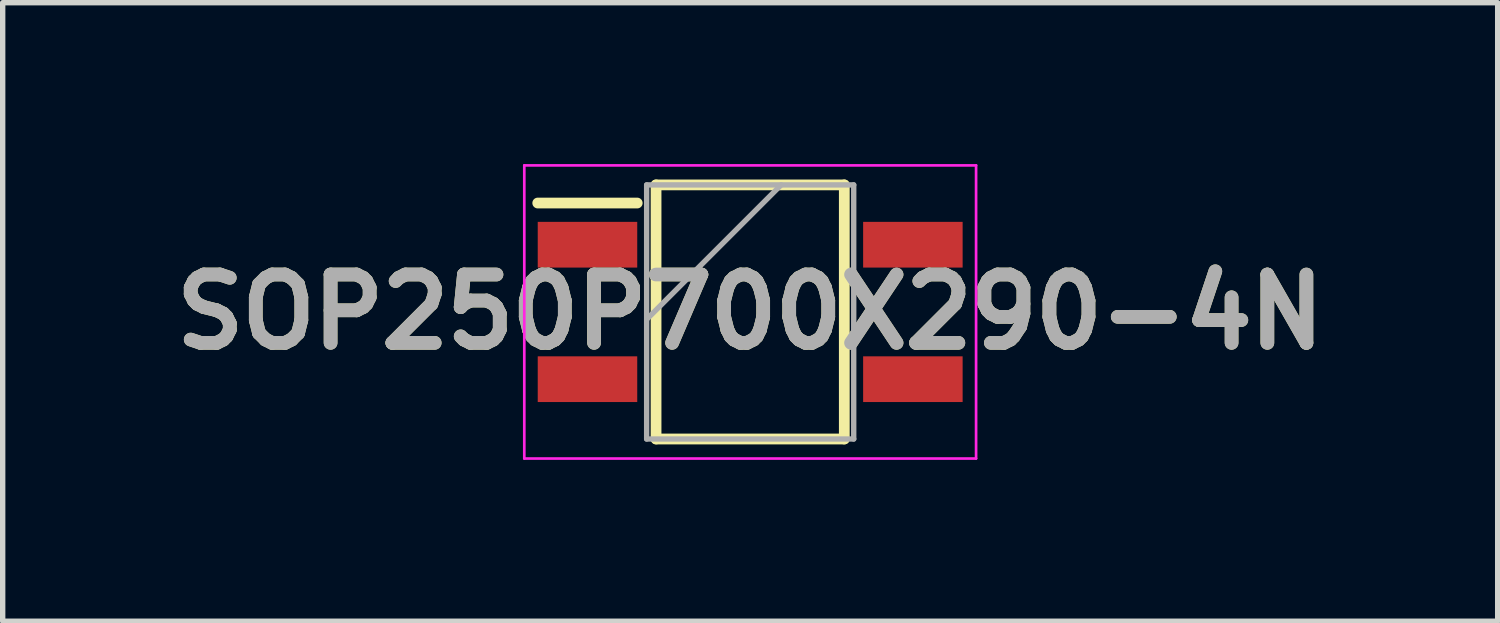
<source format=kicad_pcb>
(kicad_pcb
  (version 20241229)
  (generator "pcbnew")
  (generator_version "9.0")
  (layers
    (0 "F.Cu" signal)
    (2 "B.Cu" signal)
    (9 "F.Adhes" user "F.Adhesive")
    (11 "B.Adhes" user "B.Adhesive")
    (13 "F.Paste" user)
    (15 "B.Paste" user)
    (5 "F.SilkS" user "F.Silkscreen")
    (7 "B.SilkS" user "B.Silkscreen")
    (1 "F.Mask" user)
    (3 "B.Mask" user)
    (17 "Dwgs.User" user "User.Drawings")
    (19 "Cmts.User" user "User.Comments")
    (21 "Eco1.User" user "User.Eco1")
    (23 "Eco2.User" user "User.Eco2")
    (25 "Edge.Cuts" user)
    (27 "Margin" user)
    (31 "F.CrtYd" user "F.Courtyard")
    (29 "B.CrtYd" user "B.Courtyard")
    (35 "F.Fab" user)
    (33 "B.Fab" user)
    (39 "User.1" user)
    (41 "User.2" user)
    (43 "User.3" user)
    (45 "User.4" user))
  (footprint "SOP250P700X290-4N"
    (layer "F.Cu")
    (at 10.898 2.75)
    (property "Reference" "SOP250P700X290-4N" (at 0 0 0) (layer "F.SilkS") (effects (font (size 1.27 1.27) (thickness 0.254))))
    (attr smd)
    (fp_line (start -3.95 -2.025) (end -2.1 -2.025) (stroke (width 0.2) (type solid)) (layer "F.SilkS"))
    (fp_line (start -1.75 -2.362) (end 1.75 -2.362) (stroke (width 0.2) (type solid)) (layer "F.SilkS"))
    (fp_line (start -1.75 2.362) (end -1.75 -2.362) (stroke (width 0.2) (type solid)) (layer "F.SilkS"))
    (fp_line (start 1.75 -2.362) (end 1.75 2.362) (stroke (width 0.2) (type solid)) (layer "F.SilkS"))
    (fp_line (start 1.75 2.362) (end -1.75 2.362) (stroke (width 0.2) (type solid)) (layer "F.SilkS"))
    (fp_line (start -4.2 -2.725) (end 4.2 -2.725) (stroke (width 0.05) (type solid)) (layer "F.CrtYd"))
    (fp_line (start -4.2 2.725) (end -4.2 -2.725) (stroke (width 0.05) (type solid)) (layer "F.CrtYd"))
    (fp_line (start 4.2 -2.725) (end 4.2 2.725) (stroke (width 0.05) (type solid)) (layer "F.CrtYd"))
    (fp_line (start 4.2 2.725) (end -4.2 2.725) (stroke (width 0.05) (type solid)) (layer "F.CrtYd"))
    (fp_line (start -1.925 -2.362) (end 1.925 -2.362) (stroke (width 0.1) (type solid)) (layer "F.Fab"))
    (fp_line (start -1.925 0.138) (end 0.575 -2.362) (stroke (width 0.1) (type solid)) (layer "F.Fab"))
    (fp_line (start -1.925 2.362) (end -1.925 -2.362) (stroke (width 0.1) (type solid)) (layer "F.Fab"))
    (fp_line (start 1.925 -2.362) (end 1.925 2.362) (stroke (width 0.1) (type solid)) (layer "F.Fab"))
    (fp_line (start 1.925 2.362) (end -1.925 2.362) (stroke (width 0.1) (type solid)) (layer "F.Fab"))
    (fp_text user "${REFERENCE}" (at 0 0 0) (layer "F.Fab") (effects (font (size 1.27 1.27) (thickness 0.254))))
    (pad "1" smd rect (at -3.025 -1.25 90) (size 0.85 1.85) (layers "F.Cu" "F.Mask" "F.Paste"))
    (pad "2" smd rect (at -3.025 1.25 90) (size 0.85 1.85) (layers "F.Cu" "F.Mask" "F.Paste"))
    (pad "3" smd rect (at 3.025 1.25 90) (size 0.85 1.85) (layers "F.Cu" "F.Mask" "F.Paste"))
    (pad "4" smd rect (at 3.025 -1.25 90) (size 0.85 1.85) (layers "F.Cu" "F.Mask" "F.Paste")))
  (gr_rect
    (start -3 -3)
    (end 24.796 8.5)
    (stroke (width 0.1) (type default))
    (fill no)
    (layer "Edge.Cuts")))
</source>
